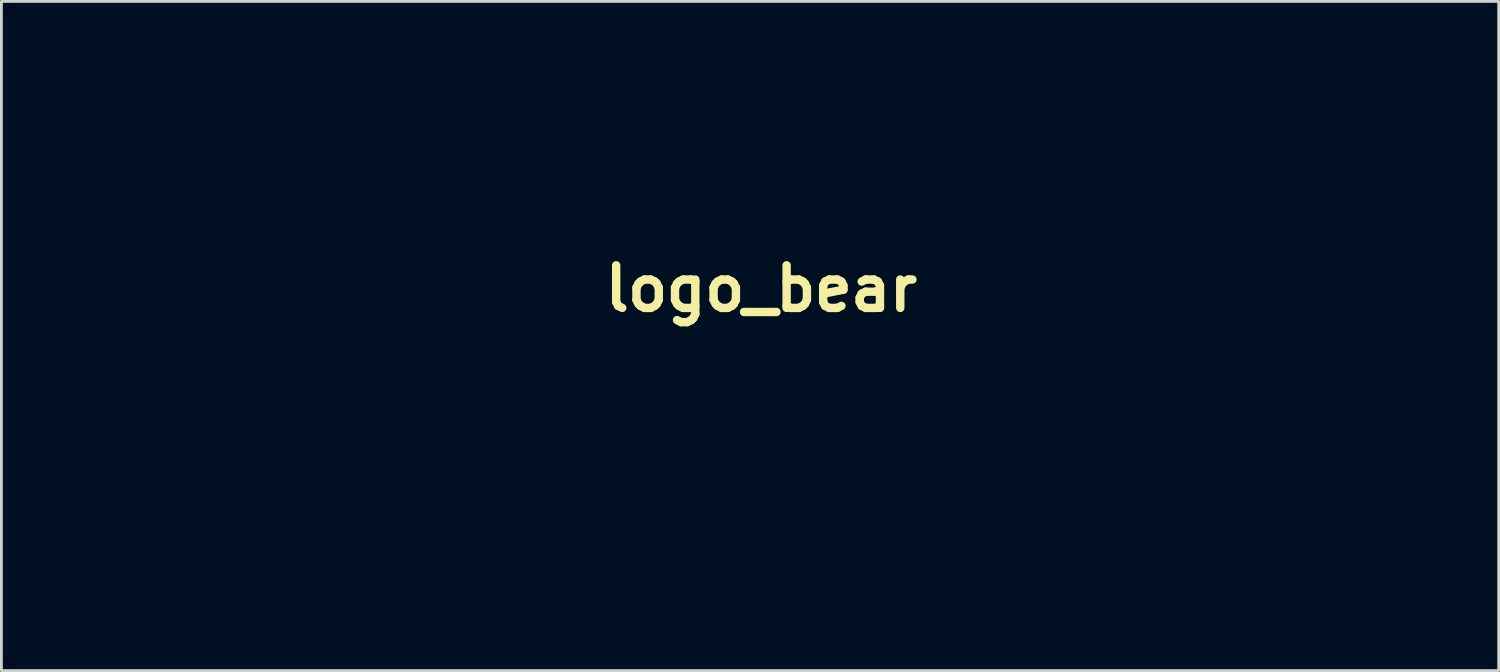
<source format=kicad_pcb>
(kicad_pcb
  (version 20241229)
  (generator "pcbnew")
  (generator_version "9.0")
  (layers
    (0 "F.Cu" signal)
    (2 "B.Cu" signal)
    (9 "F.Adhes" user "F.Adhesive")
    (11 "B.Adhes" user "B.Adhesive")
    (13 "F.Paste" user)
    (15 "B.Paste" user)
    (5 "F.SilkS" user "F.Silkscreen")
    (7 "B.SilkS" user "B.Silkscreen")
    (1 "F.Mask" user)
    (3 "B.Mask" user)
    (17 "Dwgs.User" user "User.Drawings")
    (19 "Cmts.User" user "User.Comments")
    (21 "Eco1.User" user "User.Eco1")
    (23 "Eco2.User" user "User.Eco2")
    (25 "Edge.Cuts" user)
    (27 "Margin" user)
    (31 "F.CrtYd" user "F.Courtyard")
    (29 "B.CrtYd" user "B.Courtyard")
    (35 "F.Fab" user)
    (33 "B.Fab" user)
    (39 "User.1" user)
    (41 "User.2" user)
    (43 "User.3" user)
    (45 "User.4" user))
  (footprint "logo_bear"
    (layer "F.Cu")
    (at 24.175 7.273)
    (property "Reference" "logo_bear" (at 0 0 0) (layer "F.SilkS") (effects (font (size 1.524 1.524) (thickness 0.3))))
    (attr through_hole)
    (fp_poly (pts (xy -15.494 -4.932) (xy -15.515 -4.911) (xy -15.536 -4.932) (xy -15.515 -4.953) (xy -15.494 -4.932)) (stroke (width 0.01) (type solid)) (fill yes) (layer "F.Mask"))
    (fp_poly (pts (xy -12.213 7.874) (xy -12.21 7.944) (xy -12.225 7.966) (xy -12.277 7.981) (xy -12.298 7.959) (xy -12.301 7.888) (xy -12.286 7.867) (xy -12.234 7.851) (xy -12.213 7.874)) (stroke (width 0.01) (type solid)) (fill yes) (layer "F.Mask"))
    (fp_poly (pts (xy -4.861 -2.114) (xy -4.832 -2.099) (xy -4.73 -2.026) (xy -4.602 -1.91) (xy -4.474 -1.774) (xy -4.368 -1.644) (xy -4.321 -1.572) (xy -4.29 -1.511) (xy -4.292 -1.491) (xy -4.336 -1.516) (xy -4.435 -1.589) (xy -4.466 -1.612) (xy -4.701 -1.795) (xy -4.868 -1.94) (xy -4.967 -2.043) (xy -4.995 -2.1) (xy -4.987 -2.147) (xy -4.949 -2.152) (xy -4.861 -2.114)) (stroke (width 0.01) (type solid)) (fill yes) (layer "F.Mask"))
    (fp_poly (pts (xy 15.743 2.982) (xy 15.788 3.026) (xy 15.868 3.12) (xy 15.966 3.244) (xy 15.984 3.268) (xy 16.13 3.49) (xy 16.201 3.674) (xy 16.199 3.825) (xy 16.134 3.932) (xy 16.05 3.996) (xy 15.957 4.014) (xy 15.828 3.988) (xy 15.736 3.957) (xy 15.622 3.929) (xy 15.452 3.904) (xy 15.256 3.885) (xy 15.164 3.88) (xy 14.94 3.862) (xy 14.709 3.83) (xy 14.485 3.788) (xy 14.278 3.738) (xy 14.101 3.684) (xy 13.965 3.63) (xy 13.883 3.579) (xy 13.866 3.535) (xy 13.889 3.514) (xy 13.951 3.497) (xy 14.08 3.474) (xy 14.259 3.447) (xy 14.471 3.418) (xy 14.539 3.409) (xy 14.81 3.374) (xy 15.01 3.344) (xy 15.153 3.315) (xy 15.251 3.282) (xy 15.318 3.242) (xy 15.366 3.191) (xy 15.388 3.16) (xy 15.469 3.075) (xy 15.577 3.008) (xy 15.681 2.974) (xy 15.743 2.982)) (stroke (width 0.01) (type solid)) (fill yes) (layer "F.Mask"))
    (fp_poly (pts (xy -8.297 -3.233) (xy -7.751 -3.207) (xy -7.221 -3.139) (xy -6.72 -3.033) (xy -6.257 -2.891) (xy -5.845 -2.716) (xy -5.494 -2.513) (xy -5.258 -2.326) (xy -5.142 -2.209) (xy -5.094 -2.14) (xy -5.112 -2.119) (xy -5.198 -2.147) (xy -5.265 -2.18) (xy -5.361 -2.225) (xy -5.425 -2.244) (xy -5.426 -2.244) (xy -5.483 -2.267) (xy -5.574 -2.327) (xy -5.605 -2.349) (xy -5.713 -2.41) (xy -5.874 -2.476) (xy -6.058 -2.535) (xy -6.1 -2.546) (xy -6.194 -2.569) (xy -6.285 -2.587) (xy -6.382 -2.602) (xy -6.495 -2.614) (xy -6.634 -2.622) (xy -6.808 -2.628) (xy -7.026 -2.631) (xy -7.299 -2.633) (xy -7.636 -2.633) (xy -8.045 -2.633) (xy -8.128 -2.633) (xy -8.562 -2.631) (xy -8.921 -2.629) (xy -9.217 -2.626) (xy -9.46 -2.62) (xy -9.66 -2.613) (xy -9.828 -2.603) (xy -9.975 -2.589) (xy -10.111 -2.572) (xy -10.246 -2.552) (xy -10.308 -2.541) (xy -10.673 -2.488) (xy -11.026 -2.46) (xy -11.39 -2.458) (xy -11.786 -2.481) (xy -12.238 -2.53) (xy -12.298 -2.537) (xy -12.598 -2.577) (xy -12.825 -2.608) (xy -12.988 -2.633) (xy -13.098 -2.654) (xy -13.164 -2.673) (xy -13.197 -2.692) (xy -13.208 -2.713) (xy -13.208 -2.717) (xy -13.173 -2.742) (xy -13.102 -2.734) (xy -12.969 -2.739) (xy -12.901 -2.77) (xy -12.808 -2.804) (xy -12.651 -2.834) (xy -12.449 -2.857) (xy -12.403 -2.861) (xy -12.201 -2.875) (xy -12.007 -2.889) (xy -11.853 -2.901) (xy -11.811 -2.904) (xy -11.695 -2.914) (xy -11.518 -2.928) (xy -11.304 -2.945) (xy -11.077 -2.962) (xy -11.07 -2.963) (xy -10.697 -2.997) (xy -10.403 -3.034) (xy -10.191 -3.075) (xy -10.061 -3.119) (xy -10.016 -3.159) (xy -9.968 -3.183) (xy -9.844 -3.202) (xy -9.643 -3.217) (xy -9.362 -3.227) (xy -9 -3.233) (xy -8.557 -3.234) (xy -8.297 -3.233)) (stroke (width 0.01) (type solid)) (fill yes) (layer "F.Mask"))
    (fp_poly (pts (xy -3.26 -7.244) (xy -3.154 -7.226) (xy -2.938 -7.191) (xy -2.689 -7.16) (xy -2.459 -7.139) (xy -2.444 -7.138) (xy -2.233 -7.119) (xy -2.014 -7.088) (xy -1.832 -7.052) (xy -1.809 -7.047) (xy -1.66 -7.001) (xy -1.49 -6.939) (xy -1.322 -6.87) (xy -1.179 -6.804) (xy -1.083 -6.751) (xy -1.058 -6.731) (xy -1.013 -6.693) (xy -0.924 -6.63) (xy -0.889 -6.606) (xy -0.756 -6.508) (xy -0.626 -6.4) (xy -0.614 -6.389) (xy -0.524 -6.32) (xy -0.391 -6.236) (xy -0.236 -6.146) (xy -0.081 -6.064) (xy 0.051 -6.002) (xy 0.14 -5.971) (xy 0.153 -5.969) (xy 0.209 -5.951) (xy 0.322 -5.903) (xy 0.473 -5.833) (xy 0.576 -5.783) (xy 0.797 -5.682) (xy 1.047 -5.581) (xy 1.281 -5.498) (xy 1.333 -5.482) (xy 1.805 -5.328) (xy 2.241 -5.161) (xy 2.631 -4.986) (xy 2.962 -4.808) (xy 3.217 -4.637) (xy 3.366 -4.529) (xy 3.517 -4.43) (xy 3.619 -4.371) (xy 3.778 -4.299) (xy 3.964 -4.225) (xy 4.156 -4.156) (xy 4.329 -4.102) (xy 4.462 -4.07) (xy 4.512 -4.064) (xy 4.625 -4.047) (xy 4.689 -4.023) (xy 4.754 -3.997) (xy 4.888 -3.953) (xy 5.078 -3.894) (xy 5.31 -3.824) (xy 5.571 -3.746) (xy 5.85 -3.665) (xy 6.131 -3.585) (xy 6.404 -3.509) (xy 6.653 -3.44) (xy 6.868 -3.384) (xy 6.943 -3.365) (xy 7.267 -3.282) (xy 7.525 -3.208) (xy 7.734 -3.138) (xy 7.911 -3.063) (xy 8.074 -2.976) (xy 8.238 -2.869) (xy 8.422 -2.737) (xy 8.446 -2.719) (xy 8.769 -2.487) (xy 9.038 -2.317) (xy 9.254 -2.209) (xy 9.418 -2.161) (xy 9.455 -2.159) (xy 9.547 -2.168) (xy 9.697 -2.191) (xy 9.882 -2.226) (xy 10.005 -2.251) (xy 10.23 -2.293) (xy 10.454 -2.322) (xy 10.705 -2.338) (xy 11.007 -2.346) (xy 11.091 -2.346) (xy 11.389 -2.345) (xy 11.614 -2.335) (xy 11.781 -2.309) (xy 11.901 -2.265) (xy 11.988 -2.195) (xy 12.055 -2.095) (xy 12.115 -1.96) (xy 12.128 -1.925) (xy 12.213 -1.714) (xy 12.308 -1.507) (xy 12.401 -1.326) (xy 12.482 -1.193) (xy 12.513 -1.152) (xy 12.564 -1.087) (xy 12.651 -0.973) (xy 12.758 -0.827) (xy 12.825 -0.735) (xy 12.931 -0.593) (xy 13.035 -0.471) (xy 13.146 -0.361) (xy 13.273 -0.26) (xy 13.426 -0.159) (xy 13.614 -0.054) (xy 13.847 0.062) (xy 14.135 0.194) (xy 14.487 0.348) (xy 14.711 0.445) (xy 15.028 0.581) (xy 15.279 0.691) (xy 15.474 0.78) (xy 15.626 0.852) (xy 15.745 0.914) (xy 15.844 0.972) (xy 15.934 1.031) (xy 15.985 1.067) (xy 16.112 1.175) (xy 16.266 1.334) (xy 16.431 1.523) (xy 16.588 1.721) (xy 16.719 1.908) (xy 16.73 1.927) (xy 16.868 2.163) (xy 17.005 2.428) (xy 17.132 2.7) (xy 17.237 2.956) (xy 17.312 3.174) (xy 17.333 3.255) (xy 17.373 3.423) (xy 17.414 3.56) (xy 17.467 3.678) (xy 17.541 3.785) (xy 17.643 3.893) (xy 17.785 4.013) (xy 17.975 4.154) (xy 18.221 4.327) (xy 18.352 4.417) (xy 18.572 4.57) (xy 18.812 4.738) (xy 19.04 4.899) (xy 19.198 5.012) (xy 19.398 5.155) (xy 19.634 5.321) (xy 19.87 5.487) (xy 20.013 5.587) (xy 20.209 5.727) (xy 20.406 5.874) (xy 20.579 6.009) (xy 20.685 6.097) (xy 20.812 6.202) (xy 20.923 6.285) (xy 20.996 6.328) (xy 21 6.33) (xy 21.07 6.392) (xy 21.093 6.506) (xy 21.065 6.652) (xy 21.064 6.654) (xy 21.049 6.777) (xy 21.106 6.858) (xy 21.232 6.894) (xy 21.313 6.894) (xy 21.461 6.896) (xy 21.548 6.931) (xy 21.595 7.013) (xy 21.614 7.091) (xy 21.657 7.227) (xy 21.734 7.3) (xy 21.844 7.33) (xy 21.935 7.372) (xy 21.957 7.462) (xy 21.911 7.599) (xy 21.842 7.715) (xy 21.774 7.827) (xy 21.739 7.918) (xy 21.744 7.994) (xy 21.797 8.063) (xy 21.906 8.132) (xy 22.076 8.207) (xy 22.316 8.296) (xy 22.5 8.361) (xy 22.68 8.426) (xy 22.849 8.492) (xy 22.975 8.547) (xy 22.992 8.555) (xy 23.099 8.624) (xy 23.21 8.719) (xy 23.305 8.819) (xy 23.361 8.902) (xy 23.368 8.929) (xy 23.33 8.995) (xy 23.227 9.064) (xy 23.078 9.126) (xy 23.022 9.142) (xy 22.868 9.204) (xy 22.741 9.29) (xy 22.72 9.311) (xy 22.638 9.379) (xy 22.517 9.434) (xy 22.345 9.479) (xy 22.112 9.517) (xy 21.823 9.55) (xy 21.646 9.578) (xy 21.427 9.628) (xy 21.205 9.691) (xy 21.124 9.717) (xy 21.021 9.752) (xy 20.921 9.782) (xy 20.816 9.809) (xy 20.698 9.833) (xy 20.559 9.856) (xy 20.39 9.878) (xy 20.185 9.902) (xy 19.934 9.926) (xy 19.629 9.954) (xy 19.263 9.985) (xy 18.826 10.021) (xy 18.415 10.054) (xy 18.106 10.078) (xy 17.84 10.099) (xy 17.606 10.117) (xy 17.39 10.133) (xy 17.179 10.147) (xy 16.963 10.16) (xy 16.727 10.173) (xy 16.46 10.187) (xy 16.149 10.202) (xy 15.782 10.22) (xy 15.346 10.24) (xy 15.219 10.246) (xy 14.793 10.266) (xy 14.354 10.288) (xy 13.918 10.311) (xy 13.502 10.333) (xy 13.12 10.355) (xy 12.79 10.375) (xy 12.527 10.392) (xy 12.509 10.393) (xy 12.338 10.404) (xy 12.15 10.413) (xy 11.941 10.422) (xy 11.705 10.429) (xy 11.436 10.435) (xy 11.129 10.441) (xy 10.779 10.445) (xy 10.38 10.449) (xy 9.927 10.452) (xy 9.414 10.454) (xy 8.836 10.455) (xy 8.188 10.456) (xy 7.464 10.456) (xy 6.985 10.456) (xy 6.352 10.455) (xy 5.731 10.454) (xy 5.129 10.452) (xy 4.552 10.45) (xy 4.008 10.447) (xy 3.503 10.443) (xy 3.044 10.439) (xy 2.636 10.435) (xy 2.288 10.43) (xy 2.005 10.425) (xy 1.794 10.42) (xy 1.672 10.415) (xy 1.077 10.383) (xy 0.556 10.356) (xy 0.099 10.335) (xy -0.304 10.318) (xy -0.663 10.306) (xy -0.988 10.298) (xy -1.29 10.293) (xy -1.578 10.293) (xy -1.862 10.295) (xy -2.154 10.301) (xy -2.159 10.301) (xy -2.544 10.311) (xy -2.879 10.325) (xy -3.186 10.343) (xy -3.484 10.368) (xy -3.793 10.401) (xy -4.134 10.445) (xy -4.526 10.501) (xy -4.784 10.539) (xy -5.035 10.57) (xy -5.341 10.598) (xy -5.679 10.621) (xy -6.031 10.639) (xy -6.374 10.65) (xy -6.689 10.654) (xy -6.954 10.649) (xy -7.091 10.642) (xy -7.193 10.633) (xy -7.364 10.619) (xy -7.591 10.601) (xy -7.857 10.579) (xy -8.149 10.555) (xy -8.34 10.539) (xy -9.035 10.487) (xy -9.664 10.45) (xy -10.245 10.429) (xy -10.796 10.424) (xy -11.335 10.432) (xy -11.832 10.453) (xy -12.241 10.471) (xy -12.702 10.487) (xy -13.205 10.5) (xy -13.744 10.51) (xy -14.311 10.518) (xy -14.897 10.523) (xy -15.494 10.526) (xy -16.096 10.526) (xy -16.693 10.523) (xy -17.278 10.519) (xy -17.844 10.512) (xy -18.381 10.503) (xy -18.883 10.491) (xy -19.342 10.477) (xy -19.749 10.462) (xy -20.097 10.444) (xy -20.378 10.424) (xy -20.583 10.402) (xy -20.616 10.397) (xy -21.137 10.279) (xy -21.619 10.096) (xy -22.051 9.852) (xy -22.398 9.578) (xy -22.603 9.371) (xy -22.787 9.143) (xy -22.956 8.884) (xy -23.116 8.583) (xy -23.273 8.227) (xy -23.435 7.807) (xy -23.537 7.514) (xy -14.774 7.514) (xy -14.753 7.535) (xy -14.732 7.514) (xy -14.753 7.493) (xy -14.774 7.514) (xy -23.537 7.514) (xy -23.542 7.501) (xy -23.574 7.398) (xy -14.891 7.398) (xy -14.87 7.436) (xy -14.771 7.45) (xy -14.753 7.451) (xy -14.644 7.439) (xy -14.614 7.404) (xy -14.616 7.398) (xy -14.647 7.374) (xy -14.512 7.374) (xy -14.504 7.477) (xy -14.475 7.541) (xy -14.441 7.593) (xy -14.406 7.594) (xy -14.342 7.538) (xy -14.323 7.518) (xy -14.215 7.411) (xy -14.299 7.305) (xy -14.36 7.236) (xy -14.401 7.229) (xy -14.451 7.275) (xy -14.512 7.374) (xy -14.647 7.374) (xy -14.666 7.359) (xy -14.753 7.345) (xy -14.846 7.361) (xy -14.891 7.398) (xy -23.574 7.398) (xy -23.796 6.687) (xy -23.985 5.926) (xy -24.062 5.489) (xy -21.159 5.489) (xy -21.118 5.636) (xy -21.017 5.79) (xy -20.874 5.932) (xy -20.71 6.04) (xy -20.562 6.093) (xy -20.359 6.112) (xy -20.214 6.077) (xy -20.174 6.049) (xy -20.1 6.016) (xy -20.058 6.011) (xy -19.993 5.992) (xy -19.981 5.969) (xy -19.949 5.928) (xy -19.936 5.927) (xy -19.876 5.897) (xy -19.79 5.824) (xy -19.704 5.733) (xy -19.644 5.649) (xy -19.635 5.629) (xy -19.585 5.576) (xy -19.483 5.507) (xy -19.395 5.46) (xy -19.272 5.39) (xy -19.183 5.321) (xy -19.155 5.284) (xy -19.11 5.222) (xy -19.018 5.132) (xy -18.921 5.053) (xy -18.792 4.947) (xy -18.727 4.87) (xy -18.72 4.809) (xy -18.761 4.751) (xy -18.784 4.697) (xy -18.764 4.61) (xy -18.729 4.531) (xy -18.67 4.428) (xy -18.616 4.368) (xy -18.599 4.361) (xy -18.543 4.326) (xy -18.518 4.251) (xy -18.536 4.18) (xy -18.541 4.175) (xy -18.579 4.097) (xy -18.584 4.058) (xy -18.622 3.988) (xy -18.723 3.942) (xy -18.871 3.917) (xy -19.047 3.914) (xy -19.235 3.931) (xy -19.417 3.967) (xy -19.577 4.02) (xy -19.695 4.089) (xy -19.74 4.138) (xy -19.813 4.183) (xy -19.921 4.185) (xy -20.028 4.147) (xy -20.077 4.106) (xy -20.162 4.046) (xy -20.293 4.023) (xy -20.345 4.022) (xy -20.47 4.015) (xy -20.535 3.988) (xy -20.562 3.937) (xy -20.61 3.865) (xy -20.692 3.865) (xy -20.791 3.933) (xy -20.849 3.997) (xy -20.847 4.054) (xy -20.81 4.117) (xy -20.769 4.23) (xy -20.769 4.355) (xy -20.805 4.461) (xy -20.873 4.518) (xy -20.874 4.518) (xy -20.952 4.569) (xy -20.982 4.648) (xy -20.956 4.715) (xy -20.913 4.796) (xy -20.926 4.872) (xy -20.987 4.91) (xy -20.997 4.911) (xy -21.064 4.938) (xy -21.08 4.996) (xy -21.037 5.046) (xy -21.029 5.049) (xy -21.008 5.085) (xy -21.047 5.164) (xy -21.07 5.198) (xy -21.15 5.377) (xy -21.159 5.489) (xy -24.062 5.489) (xy -24.109 5.218) (xy -24.17 4.559) (xy -24.165 3.95) (xy -24.097 3.389) (xy -23.964 2.875) (xy -23.951 2.836) (xy -23.894 2.689) (xy -23.813 2.502) (xy -23.715 2.287) (xy -23.604 2.056) (xy -23.488 1.821) (xy -23.373 1.594) (xy -23.264 1.388) (xy -23.167 1.214) (xy -23.09 1.084) (xy -23.038 1.012) (xy -23.02 1.001) (xy -22.992 0.991) (xy -22.994 0.967) (xy -22.983 0.9) (xy -22.943 0.794) (xy -22.887 0.677) (xy -22.828 0.575) (xy -22.779 0.514) (xy -22.765 0.508) (xy -22.745 0.483) (xy -22.75 0.473) (xy -22.744 0.415) (xy -22.713 0.36) (xy -22.691 0.36) (xy -22.669 0.381) (xy -22.648 0.36) (xy -22.669 0.339) (xy -22.691 0.36) (xy -22.713 0.36) (xy -22.7 0.336) (xy -22.642 0.272) (xy -22.605 0.254) (xy -22.556 0.226) (xy -22.472 0.152) (xy -22.394 0.074) (xy -22.333 0.008) (xy -22.267 -0.064) (xy -22.19 -0.153) (xy -22.094 -0.266) (xy -21.972 -0.413) (xy -21.816 -0.602) (xy -21.619 -0.843) (xy -21.466 -1.03) (xy -21.358 -1.158) (xy -21.268 -1.255) (xy -21.211 -1.308) (xy -21.201 -1.312) (xy -21.168 -1.285) (xy -21.187 -1.22) (xy -21.22 -1.177) (xy -21.268 -1.108) (xy -21.335 -0.994) (xy -21.378 -0.911) (xy -21.489 -0.702) (xy -21.621 -0.464) (xy -21.759 -0.224) (xy -21.89 -0.007) (xy -21.998 0.163) (xy -22.007 0.177) (xy -22.162 0.429) (xy -22.308 0.711) (xy -22.432 0.994) (xy -22.52 1.25) (xy -22.543 1.337) (xy -22.616 1.668) (xy -22.673 1.926) (xy -22.714 2.123) (xy -22.742 2.271) (xy -22.758 2.379) (xy -22.763 2.459) (xy -22.759 2.521) (xy -22.748 2.577) (xy -22.731 2.637) (xy -22.729 2.645) (xy -22.649 2.835) (xy -22.535 2.96) (xy -22.37 3.032) (xy -22.193 3.06) (xy -22.043 3.069) (xy -21.956 3.062) (xy -21.907 3.035) (xy -21.884 3.002) (xy -21.823 2.936) (xy -21.779 2.921) (xy -21.725 2.887) (xy -21.717 2.854) (xy -21.692 2.774) (xy -21.632 2.679) (xy -21.632 2.679) (xy -21.571 2.569) (xy -21.548 2.467) (xy -21.53 2.359) (xy -21.486 2.23) (xy -21.476 2.208) (xy -21.417 2.117) (xy -21.311 1.985) (xy -21.172 1.829) (xy -21.016 1.665) (xy -20.858 1.508) (xy -20.714 1.374) (xy -20.599 1.28) (xy -20.569 1.26) (xy -20.475 1.194) (xy -20.35 1.097) (xy -20.269 1.03) (xy -20.117 0.91) (xy -19.948 0.79) (xy -19.873 0.741) (xy -19.666 0.612) (xy -19.515 0.518) (xy -19.402 0.446) (xy -19.311 0.386) (xy -19.277 0.363) (xy -19.172 0.294) (xy -19.034 0.204) (xy -18.941 0.143) (xy -18.815 0.058) (xy -18.714 -0.02) (xy -18.671 -0.061) (xy -18.586 -0.115) (xy -18.522 -0.127) (xy -18.423 -0.157) (xy -18.352 -0.212) (xy -18.273 -0.275) (xy -18.215 -0.296) (xy -18.145 -0.32) (xy -18.046 -0.38) (xy -18.021 -0.399) (xy -17.879 -0.475) (xy -17.776 -0.48) (xy -17.654 -0.49) (xy -17.599 -0.526) (xy -17.511 -0.581) (xy -17.455 -0.594) (xy -17.361 -0.62) (xy -17.296 -0.658) (xy -17.209 -0.706) (xy -17.156 -0.72) (xy -17.084 -0.736) (xy -16.971 -0.778) (xy -16.92 -0.8) (xy -16.773 -0.858) (xy -16.627 -0.903) (xy -16.595 -0.91) (xy -16.457 -0.952) (xy -16.311 -1.016) (xy -16.288 -1.028) (xy -16.182 -1.081) (xy -16.108 -1.093) (xy -16.024 -1.066) (xy -15.981 -1.046) (xy -15.879 -0.984) (xy -15.835 -0.93) (xy -15.854 -0.895) (xy -15.896 -0.889) (xy -15.959 -0.876) (xy -15.951 -0.844) (xy -15.879 -0.798) (xy -15.752 -0.746) (xy -15.716 -0.734) (xy -15.58 -0.697) (xy -15.448 -0.681) (xy -15.303 -0.686) (xy -15.123 -0.714) (xy -14.889 -0.766) (xy -14.796 -0.789) (xy -14.548 -0.849) (xy -14.37 -0.891) (xy -14.25 -0.917) (xy -14.174 -0.928) (xy -14.132 -0.927) (xy -14.11 -0.916) (xy -14.109 -0.915) (xy -14.11 -0.868) (xy -14.143 -0.833) (xy -14.212 -0.759) (xy -14.27 -0.671) (xy -14.323 -0.571) (xy -14.397 -0.432) (xy -14.449 -0.332) (xy -14.53 -0.192) (xy -14.611 -0.069) (xy -14.656 -0.012) (xy -14.738 0.087) (xy -14.791 0.167) (xy -14.87 0.295) (xy -14.979 0.455) (xy -15.092 0.61) (xy -15.18 0.72) (xy -15.258 0.841) (xy -15.303 0.964) (xy -15.35 1.079) (xy -15.435 1.207) (xy -15.476 1.255) (xy -15.576 1.372) (xy -15.614 1.456) (xy -15.593 1.527) (xy -15.537 1.587) (xy -15.476 1.681) (xy -15.48 1.773) (xy -15.529 1.898) (xy -15.62 2.06) (xy -15.736 2.238) (xy -15.861 2.405) (xy -15.953 2.51) (xy -16.027 2.59) (xy -16.073 2.657) (xy -16.097 2.735) (xy -16.106 2.848) (xy -16.108 3.02) (xy -16.108 3.044) (xy -16.098 3.301) (xy -16.068 3.476) (xy -16.045 3.534) (xy -16.01 3.61) (xy -16.017 3.665) (xy -16.074 3.727) (xy -16.126 3.771) (xy -16.214 3.851) (xy -16.248 3.919) (xy -16.243 4.011) (xy -16.231 4.069) (xy -16.208 4.162) (xy -16.174 4.223) (xy -16.111 4.267) (xy -15.999 4.31) (xy -15.896 4.344) (xy -15.738 4.392) (xy -15.603 4.427) (xy -15.518 4.443) (xy -15.515 4.443) (xy -15.414 4.472) (xy -15.348 4.51) (xy -15.248 4.56) (xy -15.18 4.572) (xy -15.082 4.588) (xy -14.944 4.629) (xy -14.8 4.683) (xy -14.687 4.736) (xy -14.657 4.755) (xy -14.637 4.81) (xy -14.674 4.878) (xy -14.746 4.933) (xy -14.823 4.953) (xy -14.888 4.97) (xy -14.901 4.991) (xy -14.867 5.039) (xy -14.792 5.061) (xy -14.719 5.044) (xy -14.714 5.04) (xy -14.64 5.027) (xy -14.532 5.058) (xy -14.419 5.12) (xy -14.329 5.2) (xy -14.305 5.236) (xy -14.254 5.309) (xy -14.217 5.334) (xy -14.187 5.367) (xy -14.184 5.438) (xy -14.206 5.506) (xy -14.224 5.524) (xy -14.26 5.584) (xy -14.266 5.631) (xy -14.261 5.67) (xy -14.237 5.698) (xy -14.179 5.72) (xy -14.072 5.74) (xy -13.903 5.764) (xy -13.801 5.777) (xy -13.561 5.835) (xy -13.386 5.936) (xy -13.282 6.078) (xy -13.25 6.238) (xy -13.226 6.312) (xy -13.144 6.38) (xy -13.06 6.426) (xy -12.95 6.487) (xy -12.881 6.54) (xy -12.869 6.561) (xy -12.835 6.6) (xy -12.808 6.604) (xy -12.736 6.63) (xy -12.721 6.647) (xy -12.722 6.71) (xy -12.785 6.769) (xy -12.89 6.808) (xy -12.969 6.816) (xy -13.127 6.828) (xy -13.216 6.868) (xy -13.249 6.944) (xy -13.25 6.966) (xy -13.269 7.093) (xy -13.316 7.201) (xy -13.378 7.265) (xy -13.417 7.272) (xy -13.476 7.228) (xy -13.484 7.196) (xy -13.514 7.15) (xy -13.583 7.151) (xy -13.663 7.192) (xy -13.711 7.242) (xy -13.788 7.314) (xy -13.86 7.304) (xy -13.902 7.261) (xy -13.945 7.225) (xy -13.999 7.241) (xy -14.052 7.278) (xy -14.119 7.343) (xy -14.133 7.414) (xy -14.114 7.497) (xy -14.084 7.581) (xy -14.039 7.624) (xy -13.952 7.64) (xy -13.863 7.645) (xy -13.695 7.655) (xy -13.529 7.672) (xy -13.483 7.678) (xy -13.301 7.703) (xy -13.109 7.725) (xy -12.933 7.742) (xy -12.801 7.751) (xy -12.764 7.752) (xy -12.615 7.765) (xy -12.483 7.805) (xy -12.39 7.862) (xy -12.361 7.917) (xy -12.378 7.968) (xy -12.439 8.001) (xy -12.565 8.025) (xy -12.575 8.026) (xy -12.741 8.066) (xy -12.895 8.132) (xy -13.014 8.212) (xy -13.071 8.287) (xy -13.051 8.33) (xy -13.009 8.34) (xy -12.912 8.363) (xy -12.847 8.398) (xy -12.75 8.442) (xy -12.62 8.478) (xy -12.594 8.483) (xy -12.439 8.509) (xy -12.333 8.533) (xy -12.24 8.563) (xy -12.179 8.588) (xy -12.063 8.623) (xy -11.976 8.636) (xy -11.89 8.666) (xy -11.798 8.737) (xy -11.793 8.742) (xy -11.708 8.81) (xy -11.636 8.826) (xy -11.632 8.825) (xy -11.558 8.835) (xy -11.491 8.904) (xy -11.454 9.006) (xy -11.453 9.032) (xy -11.429 9.099) (xy -11.349 9.139) (xy -11.303 9.149) (xy -11.199 9.171) (xy -11.039 9.209) (xy -10.847 9.256) (xy -10.715 9.289) (xy -10.497 9.338) (xy -10.229 9.387) (xy -9.944 9.43) (xy -9.678 9.463) (xy -9.436 9.489) (xy -9.2 9.516) (xy -8.994 9.542) (xy -8.844 9.563) (xy -8.826 9.566) (xy -8.231 9.66) (xy -7.709 9.735) (xy -7.252 9.792) (xy -6.852 9.829) (xy -6.498 9.847) (xy -6.183 9.847) (xy -5.898 9.828) (xy -5.634 9.791) (xy -5.382 9.737) (xy -5.134 9.664) (xy -5.086 9.648) (xy -4.889 9.58) (xy -4.717 9.518) (xy -4.587 9.469) (xy -4.52 9.44) (xy -4.52 9.44) (xy -4.462 9.419) (xy 14.605 9.419) (xy 14.626 9.44) (xy 14.647 9.419) (xy 14.626 9.398) (xy 14.605 9.419) (xy -4.462 9.419) (xy -4.419 9.404) (xy -4.371 9.398) (xy -4.282 9.377) (xy -4.144 9.323) (xy -3.983 9.247) (xy -3.822 9.162) (xy -3.686 9.078) (xy -3.625 9.032) (xy -3.5 8.909) (xy -3.426 8.794) (xy -3.412 8.704) (xy -3.414 8.699) (xy -3.391 8.655) (xy -3.316 8.565) (xy -3.199 8.44) (xy -3.05 8.291) (xy -2.965 8.21) (xy -2.793 8.046) (xy -2.657 7.909) (xy -2.553 7.786) (xy -2.477 7.664) (xy -2.425 7.531) (xy -2.393 7.372) (xy -2.375 7.175) (xy -2.368 6.927) (xy -2.367 6.614) (xy -2.368 6.413) (xy -2.37 6.119) (xy -2.374 5.837) (xy -2.38 5.583) (xy -2.387 5.376) (xy -2.394 5.23) (xy -2.397 5.197) (xy -2.402 5.088) (xy -2.403 4.908) (xy -2.4 4.67) (xy -2.395 4.387) (xy -2.386 4.073) (xy -2.374 3.741) (xy -2.371 3.664) (xy -2.355 3.24) (xy -2.344 2.886) (xy -2.34 2.59) (xy -2.348 2.339) (xy -2.368 2.118) (xy -2.404 1.916) (xy -2.459 1.717) (xy -2.533 1.509) (xy -2.631 1.278) (xy -2.755 1.011) (xy -2.907 0.695) (xy -2.943 0.621) (xy -3.026 0.429) (xy -3.085 0.256) (xy -3.116 0.118) (xy -3.116 0.028) (xy -3.087 0) (xy -3.048 0.034) (xy -2.975 0.128) (xy -2.877 0.267) (xy -2.762 0.439) (xy -2.641 0.63) (xy -2.52 0.826) (xy -2.411 1.013) (xy -2.339 1.143) (xy -2.243 1.337) (xy -2.152 1.549) (xy -2.083 1.734) (xy -2.08 1.744) (xy -2.017 1.917) (xy -1.942 2.081) (xy -1.883 2.186) (xy -1.811 2.309) (xy -1.761 2.425) (xy -1.754 2.452) (xy -1.718 2.572) (xy -1.67 2.681) (xy -1.626 2.795) (xy -1.609 2.889) (xy -1.591 2.974) (xy -1.546 3.102) (xy -1.504 3.197) (xy -1.439 3.357) (xy -1.388 3.519) (xy -1.372 3.594) (xy -1.346 3.708) (xy -1.316 3.782) (xy -1.307 3.792) (xy -1.274 3.85) (xy -1.27 3.884) (xy -1.252 3.964) (xy -1.209 4.075) (xy -1.153 4.189) (xy -1.097 4.279) (xy -1.056 4.318) (xy -1.055 4.318) (xy -1.02 4.352) (xy -1.016 4.38) (xy -0.99 4.449) (xy -0.926 4.547) (xy -0.898 4.581) (xy -0.798 4.715) (xy -0.707 4.861) (xy -0.698 4.879) (xy -0.629 4.985) (xy -0.559 5.053) (xy -0.541 5.062) (xy -0.477 5.11) (xy -0.466 5.146) (xy -0.432 5.219) (xy -0.345 5.317) (xy -0.223 5.426) (xy -0.086 5.529) (xy 0.048 5.608) (xy 0.093 5.628) (xy 0.155 5.657) (xy 0.141 5.668) (xy 0.11 5.67) (xy 0.084 5.693) (xy 0.113 5.749) (xy 0.181 5.822) (xy 0.27 5.899) (xy 0.366 5.965) (xy 0.451 6.005) (xy 0.486 6.011) (xy 0.575 6.027) (xy 0.614 6.054) (xy 0.675 6.093) (xy 0.701 6.096) (xy 0.761 6.114) (xy 0.879 6.163) (xy 1.041 6.237) (xy 1.23 6.327) (xy 1.267 6.345) (xy 1.497 6.453) (xy 1.74 6.559) (xy 1.966 6.65) (xy 2.132 6.709) (xy 2.321 6.775) (xy 2.471 6.845) (xy 2.612 6.937) (xy 2.775 7.069) (xy 2.812 7.1) (xy 2.948 7.222) (xy 3.055 7.327) (xy 3.12 7.4) (xy 3.133 7.425) (xy 3.166 7.499) (xy 3.249 7.595) (xy 3.36 7.692) (xy 3.476 7.769) (xy 3.531 7.794) (xy 3.639 7.857) (xy 3.719 7.947) (xy 3.755 8.038) (xy 3.745 8.088) (xy 3.752 8.149) (xy 3.819 8.227) (xy 3.928 8.307) (xy 4.03 8.358) (xy 4.134 8.39) (xy 4.299 8.426) (xy 4.498 8.461) (xy 4.666 8.485) (xy 5.075 8.547) (xy 5.455 8.625) (xy 5.821 8.719) (xy 5.926 8.752) (xy 6.076 8.805) (xy 6.228 8.862) (xy 6.382 8.919) (xy 6.529 8.967) (xy 6.677 9.007) (xy 6.836 9.039) (xy 7.013 9.064) (xy 7.22 9.083) (xy 7.463 9.097) (xy 7.753 9.106) (xy 8.098 9.112) (xy 8.507 9.115) (xy 8.989 9.115) (xy 9.144 9.115) (xy 9.582 9.115) (xy 10.032 9.114) (xy 10.48 9.112) (xy 10.909 9.11) (xy 11.305 9.108) (xy 11.652 9.106) (xy 11.934 9.104) (xy 12.002 9.103) (xy 12.312 9.103) (xy 12.624 9.106) (xy 12.917 9.114) (xy 13.172 9.124) (xy 13.367 9.138) (xy 13.41 9.142) (xy 13.594 9.16) (xy 13.748 9.171) (xy 13.85 9.172) (xy 13.881 9.168) (xy 13.941 9.167) (xy 14.047 9.191) (xy 14.098 9.208) (xy 14.235 9.245) (xy 14.318 9.236) (xy 14.332 9.227) (xy 14.391 9.207) (xy 14.41 9.221) (xy 14.459 9.233) (xy 14.582 9.241) (xy 14.772 9.248) (xy 15.018 9.252) (xy 15.312 9.254) (xy 15.644 9.253) (xy 16.004 9.25) (xy 16.384 9.245) (xy 16.774 9.237) (xy 17.165 9.228) (xy 17.547 9.216) (xy 17.695 9.211) (xy 18.13 9.195) (xy 18.506 9.185) (xy 18.849 9.178) (xy 19.183 9.175) (xy 19.535 9.176) (xy 19.928 9.181) (xy 20.24 9.186) (xy 20.471 9.189) (xy 20.672 9.187) (xy 20.83 9.182) (xy 20.927 9.174) (xy 20.949 9.169) (xy 20.985 9.108) (xy 20.997 9.022) (xy 21.013 8.921) (xy 21.052 8.786) (xy 21.106 8.64) (xy 21.164 8.509) (xy 21.217 8.418) (xy 21.247 8.391) (xy 21.29 8.341) (xy 21.294 8.318) (xy 21.254 8.272) (xy 21.142 8.232) (xy 20.971 8.2) (xy 20.754 8.179) (xy 20.503 8.17) (xy 20.484 8.17) (xy 20.251 8.165) (xy 19.986 8.149) (xy 19.741 8.128) (xy 19.708 8.124) (xy 19.496 8.103) (xy 19.331 8.099) (xy 19.178 8.113) (xy 19 8.148) (xy 18.989 8.15) (xy 18.588 8.199) (xy 18.147 8.177) (xy 17.672 8.084) (xy 17.574 8.058) (xy 17.305 7.995) (xy 16.987 7.945) (xy 16.701 7.917) (xy 16.49 7.899) (xy 16.302 7.877) (xy 16.156 7.855) (xy 16.078 7.836) (xy 15.955 7.8) (xy 15.764 7.758) (xy 15.518 7.71) (xy 15.234 7.66) (xy 14.926 7.611) (xy 14.609 7.564) (xy 14.298 7.523) (xy 14.01 7.489) (xy 13.842 7.472) (xy 13.218 7.416) (xy 12.673 7.366) (xy 12.201 7.321) (xy 11.796 7.281) (xy 11.452 7.246) (xy 11.163 7.214) (xy 10.924 7.186) (xy 10.774 7.166) (xy 10.55 7.14) (xy 10.284 7.121) (xy 9.968 7.106) (xy 9.59 7.096) (xy 9.14 7.09) (xy 9.017 7.09) (xy 8.552 7.085) (xy 8.164 7.075) (xy 7.846 7.058) (xy 7.591 7.034) (xy 7.39 6.999) (xy 7.236 6.954) (xy 7.123 6.896) (xy 7.042 6.823) (xy 6.986 6.735) (xy 6.96 6.67) (xy 6.902 6.532) (xy 6.831 6.41) (xy 6.82 6.395) (xy 6.763 6.311) (xy 6.682 6.173) (xy 6.589 6.006) (xy 6.536 5.905) (xy 6.423 5.698) (xy 6.295 5.478) (xy 6.173 5.283) (xy 6.137 5.228) (xy 5.999 5.017) (xy 5.863 4.794) (xy 5.738 4.576) (xy 5.632 4.379) (xy 5.557 4.22) (xy 5.521 4.122) (xy 5.489 4.02) (xy 5.459 3.958) (xy 5.405 3.868) (xy 5.331 3.713) (xy 5.242 3.512) (xy 5.145 3.278) (xy 5.047 3.031) (xy 4.954 2.784) (xy 4.873 2.555) (xy 4.81 2.36) (xy 4.781 2.259) (xy 4.726 2.016) (xy 4.696 1.82) (xy 4.69 1.679) (xy 4.71 1.601) (xy 4.754 1.594) (xy 4.763 1.6) (xy 4.8 1.641) (xy 4.864 1.732) (xy 4.957 1.877) (xy 5.082 2.083) (xy 5.243 2.354) (xy 5.353 2.54) (xy 5.481 2.744) (xy 5.623 2.947) (xy 5.759 3.123) (xy 5.847 3.222) (xy 5.988 3.369) (xy 6.13 3.526) (xy 6.24 3.654) (xy 6.356 3.778) (xy 6.507 3.916) (xy 6.675 4.055) (xy 6.842 4.179) (xy 6.989 4.274) (xy 7.098 4.327) (xy 7.112 4.331) (xy 7.217 4.36) (xy 7.355 4.406) (xy 7.408 4.426) (xy 7.67 4.514) (xy 7.905 4.568) (xy 8.128 4.596) (xy 8.28 4.62) (xy 8.474 4.665) (xy 8.675 4.723) (xy 8.721 4.738) (xy 8.906 4.798) (xy 9.083 4.849) (xy 9.22 4.883) (xy 9.25 4.888) (xy 9.397 4.917) (xy 9.533 4.951) (xy 9.546 4.955) (xy 9.79 5.021) (xy 10.108 5.096) (xy 10.494 5.176) (xy 10.937 5.261) (xy 11.43 5.348) (xy 11.599 5.377) (xy 11.836 5.418) (xy 12.005 5.451) (xy 12.123 5.482) (xy 12.204 5.514) (xy 12.265 5.553) (xy 12.295 5.578) (xy 12.379 5.639) (xy 12.443 5.644) (xy 12.491 5.62) (xy 12.557 5.593) (xy 12.614 5.616) (xy 12.682 5.686) (xy 12.75 5.779) (xy 12.784 5.854) (xy 12.785 5.863) (xy 12.82 5.923) (xy 12.861 5.945) (xy 12.966 6.006) (xy 13.076 6.112) (xy 13.169 6.235) (xy 13.222 6.348) (xy 13.227 6.381) (xy 13.268 6.473) (xy 13.386 6.56) (xy 13.585 6.641) (xy 13.865 6.718) (xy 14.227 6.792) (xy 14.52 6.839) (xy 15.2 6.949) (xy 15.801 7.062) (xy 16.326 7.18) (xy 16.78 7.305) (xy 17.168 7.437) (xy 17.494 7.577) (xy 17.695 7.685) (xy 18.045 7.852) (xy 18.388 7.935) (xy 18.724 7.934) (xy 19.051 7.849) (xy 19.367 7.68) (xy 19.603 7.49) (xy 19.702 7.395) (xy 19.751 7.323) (xy 19.763 7.241) (xy 19.751 7.115) (xy 19.75 7.104) (xy 19.717 6.953) (xy 19.667 6.821) (xy 19.638 6.773) (xy 19.569 6.67) (xy 19.491 6.533) (xy 19.462 6.477) (xy 19.382 6.33) (xy 19.296 6.189) (xy 19.269 6.149) (xy 19.219 6.077) (xy 19.202 6.035) (xy 19.228 6.021) (xy 19.309 6.033) (xy 19.455 6.069) (xy 19.558 6.096) (xy 19.723 6.136) (xy 19.864 6.166) (xy 19.956 6.18) (xy 19.963 6.18) (xy 20.054 6.192) (xy 20.187 6.223) (xy 20.263 6.244) (xy 20.391 6.288) (xy 20.454 6.333) (xy 20.472 6.391) (xy 20.472 6.4) (xy 20.493 6.475) (xy 20.576 6.524) (xy 20.606 6.534) (xy 20.708 6.553) (xy 20.773 6.546) (xy 20.776 6.543) (xy 20.781 6.519) (xy 20.754 6.479) (xy 20.684 6.415) (xy 20.563 6.318) (xy 20.397 6.191) (xy 20.297 6.115) (xy 20.147 6.001) (xy 19.966 5.863) (xy 19.772 5.714) (xy 19.704 5.662) (xy 19.414 5.442) (xy 19.138 5.239) (xy 18.86 5.04) (xy 18.56 4.834) (xy 18.221 4.607) (xy 17.888 4.387) (xy 17.683 4.25) (xy 17.499 4.12) (xy 17.349 4.007) (xy 17.248 3.922) (xy 17.215 3.887) (xy 17.155 3.754) (xy 17.114 3.543) (xy 17.104 3.443) (xy 17.077 3.238) (xy 17.029 3.052) (xy 16.95 2.848) (xy 16.902 2.743) (xy 16.818 2.57) (xy 16.74 2.424) (xy 16.656 2.287) (xy 16.554 2.144) (xy 16.422 1.976) (xy 16.25 1.767) (xy 16.189 1.693) (xy 16.02 1.505) (xy 15.86 1.352) (xy 15.727 1.249) (xy 15.701 1.233) (xy 15.582 1.171) (xy 15.399 1.077) (xy 15.167 0.96) (xy 14.898 0.825) (xy 14.604 0.678) (xy 14.299 0.527) (xy 13.995 0.377) (xy 13.707 0.235) (xy 13.446 0.108) (xy 13.356 0.065) (xy 12.956 -0.129) (xy 12.623 -0.289) (xy 12.351 -0.419) (xy 12.131 -0.524) (xy 11.955 -0.606) (xy 11.815 -0.67) (xy 11.704 -0.719) (xy 11.613 -0.757) (xy 11.534 -0.788) (xy 11.503 -0.799) (xy 11.323 -0.87) (xy 11.135 -0.954) (xy 11.045 -0.997) (xy 10.921 -1.054) (xy 10.827 -1.088) (xy 10.791 -1.092) (xy 10.79 -1.051) (xy 10.821 -0.953) (xy 10.878 -0.817) (xy 10.9 -0.769) (xy 10.995 -0.555) (xy 11.04 -0.405) (xy 11.034 -0.314) (xy 10.977 -0.279) (xy 10.869 -0.294) (xy 10.824 -0.308) (xy 10.728 -0.325) (xy 10.611 -0.306) (xy 10.471 -0.259) (xy 10.317 -0.209) (xy 10.172 -0.176) (xy 10.101 -0.169) (xy 9.946 -0.208) (xy 9.822 -0.312) (xy 9.755 -0.456) (xy 9.73 -0.56) (xy 9.694 -0.709) (xy 9.664 -0.826) (xy 9.613 -1.033) (xy 9.584 -1.177) (xy 9.577 -1.276) (xy 9.591 -1.348) (xy 9.626 -1.413) (xy 9.645 -1.438) (xy 9.733 -1.558) (xy 9.639 -1.583) (xy 9.42 -1.607) (xy 9.184 -1.578) (xy 9.028 -1.525) (xy 8.898 -1.458) (xy 8.728 -1.357) (xy 8.536 -1.235) (xy 8.341 -1.106) (xy 8.161 -0.98) (xy 8.016 -0.872) (xy 7.924 -0.792) (xy 7.92 -0.788) (xy 7.837 -0.714) (xy 7.771 -0.678) (xy 7.766 -0.677) (xy 7.725 -0.64) (xy 7.694 -0.55) (xy 7.692 -0.54) (xy 7.703 -0.398) (xy 7.772 -0.2) (xy 7.896 0.049) (xy 8.074 0.347) (xy 8.147 0.46) (xy 8.249 0.62) (xy 8.311 0.738) (xy 8.342 0.839) (xy 8.352 0.95) (xy 8.353 1) (xy 8.349 1.131) (xy 8.341 1.222) (xy 8.334 1.248) (xy 8.282 1.254) (xy 8.172 1.245) (xy 8.029 1.226) (xy 7.878 1.201) (xy 7.743 1.172) (xy 7.649 1.144) (xy 7.634 1.138) (xy 7.545 1.053) (xy 7.5 0.909) (xy 7.494 0.797) (xy 7.476 0.692) (xy 7.433 0.553) (xy 7.404 0.48) (xy 7.34 0.247) (xy 7.324 -0.021) (xy 7.353 -0.291) (xy 7.427 -0.531) (xy 7.466 -0.607) (xy 7.538 -0.717) (xy 7.601 -0.789) (xy 7.628 -0.804) (xy 7.681 -0.834) (xy 7.763 -0.91) (xy 7.811 -0.963) (xy 7.906 -1.058) (xy 8.048 -1.179) (xy 8.214 -1.309) (xy 8.302 -1.373) (xy 8.566 -1.563) (xy 8.716 -1.675) (xy 10.87 -1.675) (xy 10.887 -1.637) (xy 10.925 -1.572) (xy 10.972 -1.515) (xy 11.041 -1.454) (xy 11.147 -1.377) (xy 11.302 -1.272) (xy 11.408 -1.203) (xy 11.64 -1.061) (xy 11.857 -0.943) (xy 12.043 -0.857) (xy 12.184 -0.812) (xy 12.224 -0.806) (xy 12.27 -0.839) (xy 12.277 -0.872) (xy 12.256 -0.956) (xy 12.199 -1.091) (xy 12.119 -1.256) (xy 12.026 -1.432) (xy 11.929 -1.599) (xy 11.841 -1.736) (xy 11.773 -1.822) (xy 11.763 -1.831) (xy 11.639 -1.887) (xy 11.466 -1.904) (xy 11.266 -1.883) (xy 11.066 -1.823) (xy 11.047 -1.816) (xy 10.928 -1.761) (xy 10.874 -1.719) (xy 10.87 -1.675) (xy 8.716 -1.675) (xy 8.764 -1.712) (xy 8.901 -1.824) (xy 8.983 -1.905) (xy 9.016 -1.959) (xy 9.017 -1.968) (xy 8.991 -2.035) (xy 8.928 -2.13) (xy 8.906 -2.157) (xy 8.813 -2.247) (xy 8.667 -2.366) (xy 8.488 -2.5) (xy 8.295 -2.635) (xy 8.108 -2.757) (xy 7.949 -2.851) (xy 7.859 -2.895) (xy 7.767 -2.921) (xy 7.607 -2.954) (xy 7.395 -2.991) (xy 7.146 -3.029) (xy 6.876 -3.065) (xy 6.843 -3.07) (xy 6.568 -3.105) (xy 6.307 -3.139) (xy 6.078 -3.17) (xy 5.897 -3.196) (xy 5.781 -3.213) (xy 5.775 -3.214) (xy 5.483 -3.284) (xy 5.124 -3.4) (xy 4.699 -3.564) (xy 4.21 -3.773) (xy 3.717 -4) (xy 4.614 -4) (xy 4.636 -3.979) (xy 4.657 -4) (xy 4.636 -4.022) (xy 4.614 -4) (xy 3.717 -4) (xy 3.661 -4.026) (xy 3.052 -4.324) (xy 2.958 -4.371) (xy 2.656 -4.521) (xy 2.356 -4.662) (xy 2.075 -4.79) (xy 1.829 -4.894) (xy 1.636 -4.97) (xy 1.582 -4.988) (xy 1.363 -5.068) (xy 1.102 -5.177) (xy 0.816 -5.308) (xy 0.519 -5.452) (xy 0.226 -5.601) (xy -0.045 -5.748) (xy -0.28 -5.885) (xy -0.463 -6.003) (xy -0.55 -6.07) (xy -0.736 -6.195) (xy -0.986 -6.316) (xy -1.28 -6.425) (xy -1.599 -6.516) (xy -1.922 -6.582) (xy -2.079 -6.603) (xy -2.301 -6.627) (xy -2.571 -6.659) (xy -2.854 -6.692) (xy -3.09 -6.721) (xy -3.36 -6.75) (xy -3.657 -6.773) (xy -3.941 -6.788) (xy -4.149 -6.793) (xy -4.357 -6.791) (xy -4.516 -6.783) (xy -4.654 -6.764) (xy -4.797 -6.729) (xy -4.972 -6.673) (xy -5.146 -6.613) (xy -5.43 -6.516) (xy -5.652 -6.448) (xy -5.824 -6.407) (xy -5.961 -6.389) (xy -6.028 -6.387) (xy -6.089 -6.38) (xy -6.167 -6.352) (xy -6.274 -6.299) (xy -6.419 -6.215) (xy -6.614 -6.094) (xy -6.854 -5.939) (xy -7.189 -5.729) (xy -7.509 -5.545) (xy -7.799 -5.396) (xy -8.044 -5.287) (xy -8.149 -5.25) (xy -8.355 -5.167) (xy -8.587 -5.044) (xy -8.812 -4.899) (xy -8.915 -4.823) (xy -9.142 -4.667) (xy -9.421 -4.524) (xy -9.767 -4.387) (xy -9.835 -4.364) (xy -10.05 -4.288) (xy -10.285 -4.203) (xy -10.491 -4.126) (xy -10.499 -4.124) (xy -10.637 -4.073) (xy -10.755 -4.039) (xy -10.875 -4.019) (xy -11.021 -4.008) (xy -11.214 -4.005) (xy -11.379 -4.005) (xy -11.627 -4.008) (xy -11.803 -4.017) (xy -11.918 -4.031) (xy -11.984 -4.054) (xy -12.002 -4.067) (xy -12.038 -4.142) (xy -12.029 -4.181) (xy -11.971 -4.225) (xy -11.859 -4.28) (xy -11.72 -4.335) (xy -11.584 -4.379) (xy -11.476 -4.402) (xy -11.457 -4.403) (xy -11.371 -4.415) (xy -11.243 -4.447) (xy -11.182 -4.466) (xy -11.044 -4.51) (xy -10.861 -4.565) (xy -10.67 -4.622) (xy -10.647 -4.629) (xy -10.468 -4.687) (xy -10.359 -4.736) (xy -10.306 -4.783) (xy -10.296 -4.81) (xy -10.32 -4.915) (xy -10.41 -5.015) (xy -10.551 -5.096) (xy -10.632 -5.124) (xy -10.707 -5.141) (xy -10.786 -5.151) (xy -10.882 -5.152) (xy -11.01 -5.143) (xy -11.183 -5.124) (xy -11.414 -5.093) (xy -11.663 -5.058) (xy -12.131 -4.998) (xy -12.629 -4.944) (xy -13.128 -4.9) (xy -13.601 -4.868) (xy -14.012 -4.851) (xy -14.469 -4.82) (xy -14.978 -4.754) (xy -15.516 -4.656) (xy -16.061 -4.533) (xy -16.59 -4.389) (xy -17.081 -4.229) (xy -17.493 -4.066) (xy -17.642 -3.998) (xy -17.774 -3.932) (xy -17.905 -3.857) (xy -18.049 -3.764) (xy -18.221 -3.644) (xy -18.436 -3.488) (xy -18.605 -3.363) (xy -18.791 -3.234) (xy -18.999 -3.1) (xy -19.187 -2.99) (xy -19.198 -2.984) (xy -19.366 -2.892) (xy -19.504 -2.811) (xy -19.631 -2.727) (xy -19.762 -2.629) (xy -19.917 -2.503) (xy -20.114 -2.337) (xy -20.172 -2.287) (xy -20.373 -2.114) (xy -20.519 -1.99) (xy -20.618 -1.908) (xy -20.68 -1.863) (xy -20.713 -1.848) (xy -20.727 -1.856) (xy -20.729 -1.881) (xy -20.729 -1.894) (xy -20.701 -1.999) (xy -20.626 -2.145) (xy -20.514 -2.317) (xy -20.378 -2.497) (xy -20.229 -2.667) (xy -20.154 -2.743) (xy -19.837 -3.03) (xy -19.548 -3.253) (xy -19.272 -3.424) (xy -19.219 -3.452) (xy -19.044 -3.548) (xy -18.856 -3.657) (xy -18.768 -3.712) (xy -18.646 -3.786) (xy -18.55 -3.837) (xy -18.508 -3.852) (xy -18.45 -3.881) (xy -18.415 -3.915) (xy -18.357 -3.958) (xy -18.328 -3.957) (xy -18.277 -3.967) (xy -18.178 -4.014) (xy -18.067 -4.08) (xy -17.606 -4.347) (xy -17.158 -4.55) (xy -16.856 -4.655) (xy -16.59 -4.73) (xy -16.32 -4.794) (xy -16.063 -4.844) (xy -15.839 -4.876) (xy -15.664 -4.889) (xy -15.576 -4.883) (xy -15.489 -4.876) (xy -15.451 -4.894) (xy -15.451 -4.895) (xy -15.413 -4.918) (xy -15.318 -4.934) (xy -15.265 -4.937) (xy -15.189 -4.941) (xy -15.106 -4.95) (xy -15.001 -4.967) (xy -14.863 -4.995) (xy -14.678 -5.036) (xy -14.433 -5.092) (xy -14.199 -5.147) (xy -14.006 -5.186) (xy -13.797 -5.217) (xy -13.691 -5.229) (xy -13.518 -5.246) (xy -13.35 -5.267) (xy -13.271 -5.278) (xy -13.147 -5.298) (xy -13.052 -5.312) (xy -13.039 -5.314) (xy -12.969 -5.324) (xy -12.84 -5.343) (xy -12.675 -5.368) (xy -12.615 -5.377) (xy -12.431 -5.398) (xy -12.196 -5.413) (xy -11.926 -5.424) (xy -11.639 -5.43) (xy -11.349 -5.431) (xy -11.074 -5.427) (xy -10.83 -5.418) (xy -10.634 -5.404) (xy -10.501 -5.385) (xy -10.477 -5.378) (xy -10.374 -5.358) (xy -10.206 -5.339) (xy -9.995 -5.322) (xy -9.762 -5.31) (xy -9.691 -5.308) (xy -9.452 -5.301) (xy -9.276 -5.299) (xy -9.138 -5.308) (xy -9.018 -5.33) (xy -8.891 -5.371) (xy -8.735 -5.435) (xy -8.528 -5.526) (xy -8.488 -5.544) (xy -8.349 -5.604) (xy -8.18 -5.675) (xy -8.086 -5.714) (xy -7.948 -5.775) (xy -7.837 -5.833) (xy -7.789 -5.864) (xy -7.718 -5.911) (xy -7.593 -5.981) (xy -7.439 -6.061) (xy -7.28 -6.139) (xy -7.139 -6.203) (xy -7.042 -6.241) (xy -7.041 -6.241) (xy -6.965 -6.278) (xy -6.845 -6.354) (xy -6.703 -6.452) (xy -6.66 -6.483) (xy -6.364 -6.685) (xy -6.071 -6.845) (xy -5.76 -6.97) (xy -5.412 -7.07) (xy -5.006 -7.151) (xy -4.868 -7.173) (xy -4.403 -7.233) (xy -3.971 -7.265) (xy -3.585 -7.268) (xy -3.26 -7.244)) (stroke (width 0.01) (type solid)) (fill yes) (layer "F.Mask")))
  (gr_rect
    (start -3 -3)
    (end 50.548 20.932)
    (stroke (width 0.1) (type default))
    (fill no)
    (layer "Edge.Cuts")))
</source>
